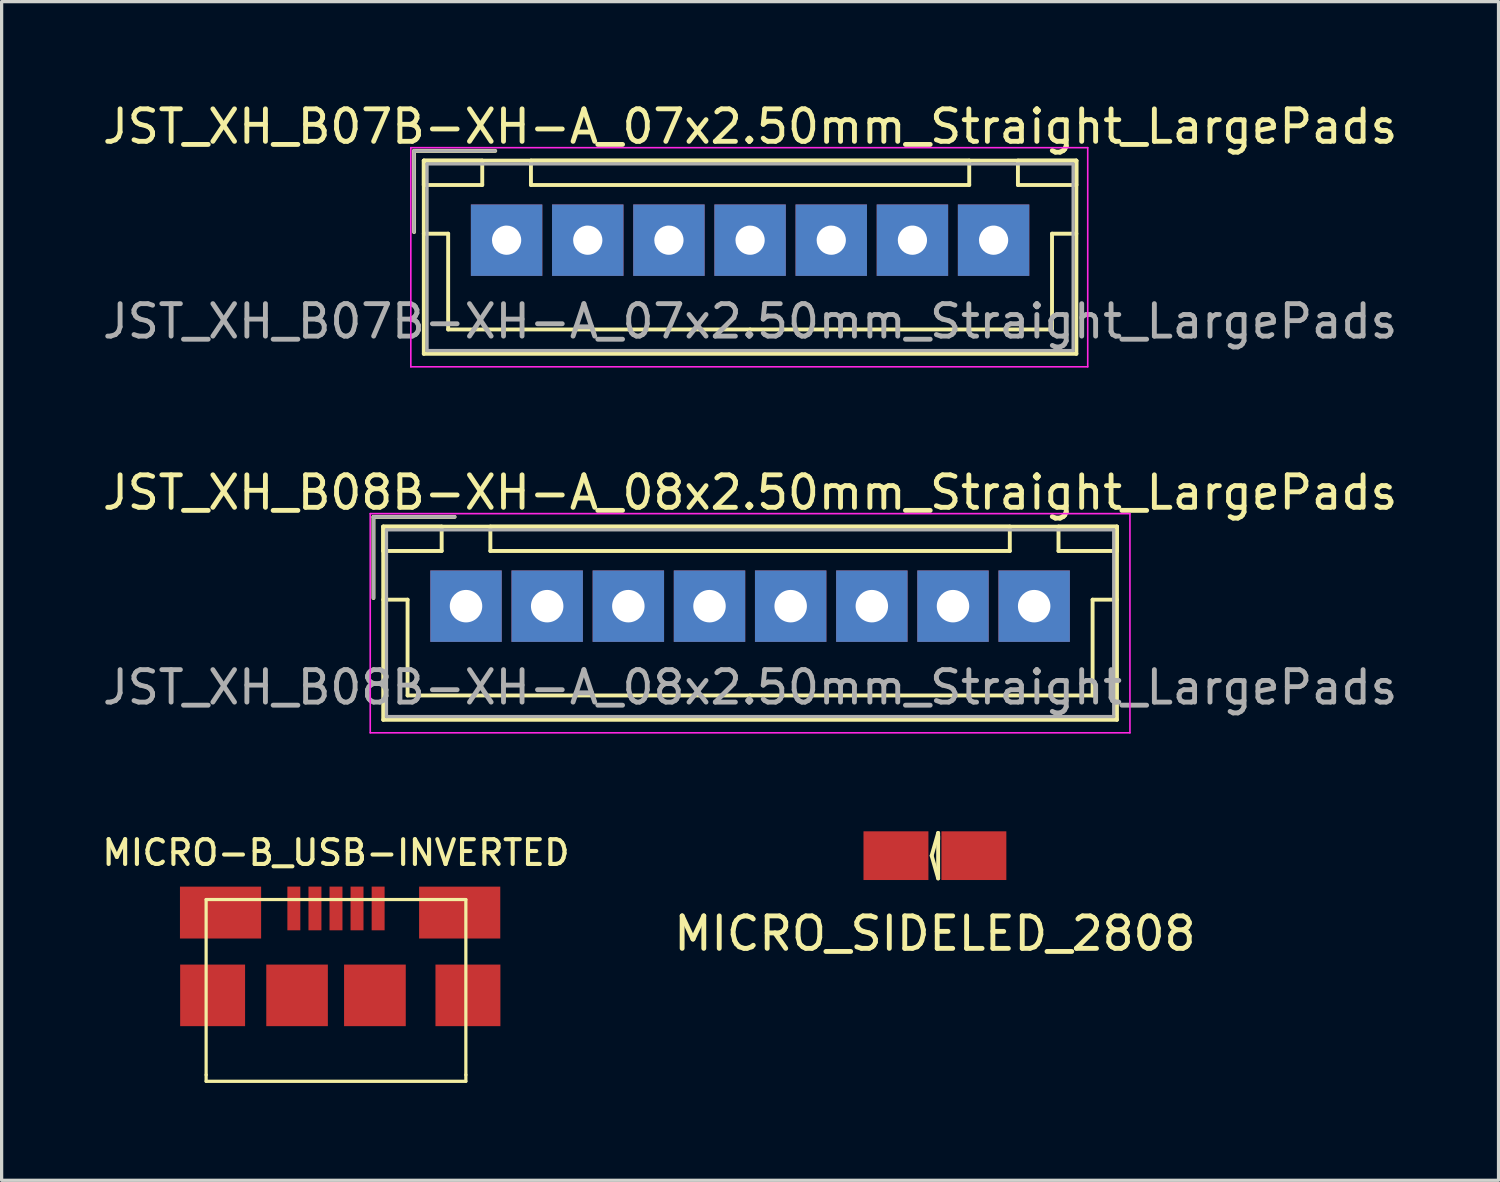
<source format=kicad_pcb>
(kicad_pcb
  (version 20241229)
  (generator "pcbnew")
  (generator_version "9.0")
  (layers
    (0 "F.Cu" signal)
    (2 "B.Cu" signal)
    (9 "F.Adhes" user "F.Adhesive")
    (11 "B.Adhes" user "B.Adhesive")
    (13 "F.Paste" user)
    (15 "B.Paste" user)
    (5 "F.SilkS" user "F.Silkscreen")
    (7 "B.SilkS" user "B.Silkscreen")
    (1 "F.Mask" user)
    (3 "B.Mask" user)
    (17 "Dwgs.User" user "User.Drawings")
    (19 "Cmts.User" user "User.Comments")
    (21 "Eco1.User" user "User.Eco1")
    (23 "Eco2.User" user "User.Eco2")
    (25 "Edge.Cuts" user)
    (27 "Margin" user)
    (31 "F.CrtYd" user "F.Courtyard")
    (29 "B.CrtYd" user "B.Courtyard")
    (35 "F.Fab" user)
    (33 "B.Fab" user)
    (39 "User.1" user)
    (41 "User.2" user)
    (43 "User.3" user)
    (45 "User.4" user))
  (footprint "MICRO-B_USB-INVERTED"
    (layer "F.Cu")
    (at 7.299 29.057)
    (property "Reference" "MICRO-B_USB-INVERTED" (at 0 -5.842 0) (layer "F.SilkS") (effects (font (size 0.762 0.762) (thickness 0.127))))
    (attr through_hole)
    (fp_line (start -4 -4.399) (end 4 -4.399) (stroke (width 0.099) (type solid)) (layer "F.SilkS"))
    (fp_line (start -4 1.001) (end -4 -4.399) (stroke (width 0.099) (type solid)) (layer "F.SilkS"))
    (fp_line (start -4 1.001) (end -4 1.199) (stroke (width 0.099) (type solid)) (layer "F.SilkS"))
    (fp_line (start 4 -4.399) (end 4 1.001) (stroke (width 0.099) (type solid)) (layer "F.SilkS"))
    (fp_line (start 4 1.001) (end 4 1.199) (stroke (width 0.099) (type solid)) (layer "F.SilkS"))
    (fp_line (start 4 1.199) (end -4 1.199) (stroke (width 0.099) (type solid)) (layer "F.SilkS"))
    (pad "" smd rect (at -3.8 -1.448) (size 2 1.897) (layers "F.Cu" "F.Mask" "F.Paste"))
    (pad "" smd rect (at -3.556 -3.998) (size 2.5 1.598) (layers "F.Cu" "F.Mask" "F.Paste"))
    (pad "" smd rect (at -1.199 -1.448) (size 1.897 1.897) (layers "F.Cu" "F.Mask" "F.Paste"))
    (pad "" smd rect (at 1.199 -1.448) (size 1.9 1.897) (layers "F.Cu" "F.Mask" "F.Paste"))
    (pad "" smd rect (at 3.81 -3.998) (size 2.5 1.598) (layers "F.Cu" "F.Mask" "F.Paste"))
    (pad "" smd rect (at 4.064 -1.448) (size 2 1.897) (layers "F.Cu" "F.Mask" "F.Paste"))
    (pad "1" smd rect (at 1.298 -4.125) (size 0.399 1.346) (layers "F.Cu" "F.Mask" "F.Paste"))
    (pad "2" smd rect (at 0.648 -4.125) (size 0.399 1.346) (layers "F.Cu" "F.Mask" "F.Paste"))
    (pad "3" smd rect (at 0 -4.125) (size 0.399 1.346) (layers "F.Cu" "F.Mask" "F.Paste"))
    (pad "4" smd rect (at -0.648 -4.125) (size 0.399 1.346) (layers "F.Cu" "F.Mask" "F.Paste"))
    (pad "5" smd rect (at -1.298 -4.125) (size 0.399 1.346) (layers "F.Cu" "F.Mask" "F.Paste")))
  (footprint "JST_XH_B08B-XH-A_08x2.50mm_Straight_LargePads"
    (layer "F.Cu")
    (at 11.304 15.621)
    (property "Reference" "JST_XH_B08B-XH-A_08x2.50mm_Straight_LargePads" (at 8.75 -3.5 0) (layer "F.SilkS") (effects (font (size 1 1) (thickness 0.15))))
    (attr through_hole)
    (fp_line (start -2.85 -2.75) (end -2.85 -0.25) (stroke (width 0.12) (type solid)) (layer "F.SilkS"))
    (fp_line (start -2.55 -2.45) (end -2.55 -1.7) (stroke (width 0.12) (type solid)) (layer "F.SilkS"))
    (fp_line (start -2.55 -2.45) (end -2.55 3.5) (stroke (width 0.12) (type solid)) (layer "F.SilkS"))
    (fp_line (start -2.55 -1.7) (end -0.75 -1.7) (stroke (width 0.12) (type solid)) (layer "F.SilkS"))
    (fp_line (start -2.55 -0.2) (end -1.8 -0.2) (stroke (width 0.12) (type solid)) (layer "F.SilkS"))
    (fp_line (start -2.55 3.5) (end 20.05 3.5) (stroke (width 0.12) (type solid)) (layer "F.SilkS"))
    (fp_line (start -1.8 -0.2) (end -1.8 2.75) (stroke (width 0.12) (type solid)) (layer "F.SilkS"))
    (fp_line (start -1.8 2.75) (end 8.75 2.75) (stroke (width 0.12) (type solid)) (layer "F.SilkS"))
    (fp_line (start -0.75 -2.45) (end -2.55 -2.45) (stroke (width 0.12) (type solid)) (layer "F.SilkS"))
    (fp_line (start -0.75 -1.7) (end -0.75 -2.45) (stroke (width 0.12) (type solid)) (layer "F.SilkS"))
    (fp_line (start -0.35 -2.75) (end -2.85 -2.75) (stroke (width 0.12) (type solid)) (layer "F.SilkS"))
    (fp_line (start 0.75 -2.45) (end 0.75 -1.7) (stroke (width 0.12) (type solid)) (layer "F.SilkS"))
    (fp_line (start 0.75 -1.7) (end 16.75 -1.7) (stroke (width 0.12) (type solid)) (layer "F.SilkS"))
    (fp_line (start 16.75 -2.45) (end 0.75 -2.45) (stroke (width 0.12) (type solid)) (layer "F.SilkS"))
    (fp_line (start 16.75 -1.7) (end 16.75 -2.45) (stroke (width 0.12) (type solid)) (layer "F.SilkS"))
    (fp_line (start 18.25 -2.45) (end 18.25 -1.7) (stroke (width 0.12) (type solid)) (layer "F.SilkS"))
    (fp_line (start 18.25 -1.7) (end 20.05 -1.7) (stroke (width 0.12) (type solid)) (layer "F.SilkS"))
    (fp_line (start 19.3 -0.2) (end 19.3 2.75) (stroke (width 0.12) (type solid)) (layer "F.SilkS"))
    (fp_line (start 19.3 2.75) (end 8.75 2.75) (stroke (width 0.12) (type solid)) (layer "F.SilkS"))
    (fp_line (start 20.05 -2.45) (end -2.55 -2.45) (stroke (width 0.12) (type solid)) (layer "F.SilkS"))
    (fp_line (start 20.05 -2.45) (end 18.25 -2.45) (stroke (width 0.12) (type solid)) (layer "F.SilkS"))
    (fp_line (start 20.05 -1.7) (end 20.05 -2.45) (stroke (width 0.12) (type solid)) (layer "F.SilkS"))
    (fp_line (start 20.05 -0.2) (end 19.3 -0.2) (stroke (width 0.12) (type solid)) (layer "F.SilkS"))
    (fp_line (start 20.05 3.5) (end 20.05 -2.45) (stroke (width 0.12) (type solid)) (layer "F.SilkS"))
    (fp_line (start -2.95 -2.85) (end -2.95 3.9) (stroke (width 0.05) (type solid)) (layer "F.CrtYd"))
    (fp_line (start -2.95 3.9) (end 20.45 3.9) (stroke (width 0.05) (type solid)) (layer "F.CrtYd"))
    (fp_line (start 20.45 -2.85) (end -2.95 -2.85) (stroke (width 0.05) (type solid)) (layer "F.CrtYd"))
    (fp_line (start 20.45 3.9) (end 20.45 -2.85) (stroke (width 0.05) (type solid)) (layer "F.CrtYd"))
    (fp_line (start -2.85 -2.75) (end -2.85 -0.25) (stroke (width 0.1) (type solid)) (layer "F.Fab"))
    (fp_line (start -2.45 -2.35) (end -2.45 3.4) (stroke (width 0.1) (type solid)) (layer "F.Fab"))
    (fp_line (start -2.45 3.4) (end 19.95 3.4) (stroke (width 0.1) (type solid)) (layer "F.Fab"))
    (fp_line (start -0.35 -2.75) (end -2.85 -2.75) (stroke (width 0.1) (type solid)) (layer "F.Fab"))
    (fp_line (start 19.95 -2.35) (end -2.45 -2.35) (stroke (width 0.1) (type solid)) (layer "F.Fab"))
    (fp_line (start 19.95 3.4) (end 19.95 -2.35) (stroke (width 0.1) (type solid)) (layer "F.Fab"))
    (fp_text user "${REFERENCE}" (at 8.75 2.5 0) (layer "F.Fab") (effects (font (size 1 1) (thickness 0.15))))
    (pad "1" thru_hole rect (at 0 0) (size 2.2 2.2) (drill 1) (layers "*.Cu" "*.Mask"))
    (pad "2" thru_hole rect (at 2.5 0) (size 2.2 2.2) (drill 1) (layers "*.Cu" "*.Mask"))
    (pad "3" thru_hole rect (at 5 0) (size 2.2 2.2) (drill 1) (layers "*.Cu" "*.Mask"))
    (pad "4" thru_hole rect (at 7.5 0) (size 2.2 2.2) (drill 1) (layers "*.Cu" "*.Mask"))
    (pad "5" thru_hole rect (at 10 0) (size 2.2 2.2) (drill 1) (layers "*.Cu" "*.Mask"))
    (pad "6" thru_hole rect (at 12.5 0) (size 2.2 2.2) (drill 1) (layers "*.Cu" "*.Mask"))
    (pad "7" thru_hole rect (at 15 0) (size 2.2 2.2) (drill 1) (layers "*.Cu" "*.Mask"))
    (pad "8" thru_hole rect (at 17.5 0) (size 2.2 2.2) (drill 1) (layers "*.Cu" "*.Mask")))
  (footprint "MICRO_SIDELED_2808"
    (layer "F.Cu")
    (at 25.747 23.306)
    (property "Reference" "MICRO_SIDELED_2808" (at 0 2.4 0) (layer "F.SilkS") (effects (font (size 1 1) (thickness 0.15))))
    (attr through_hole)
    (fp_line (start -0.1 0) (end 0.1 0.7) (stroke (width 0.12) (type solid)) (layer "F.SilkS"))
    (fp_line (start 0.1 -0.7) (end -0.1 0) (stroke (width 0.12) (type solid)) (layer "F.SilkS"))
    (fp_line (start 0.1 -0.7) (end 0.1 -0.5) (stroke (width 0.12) (type solid)) (layer "F.SilkS"))
    (fp_line (start 0.1 0.7) (end 0.1 -0.6) (stroke (width 0.12) (type solid)) (layer "F.SilkS"))
    (pad "1" smd rect (at -1.2 0) (size 2 1.5) (layers "F.Cu" "F.Mask" "F.Paste"))
    (pad "2" smd rect (at 1.2 0) (size 2 1.5) (layers "F.Cu" "F.Mask" "F.Paste")))
  (footprint "JST_XH_B07B-XH-A_07x2.50mm_Straight_LargePads"
    (layer "F.Cu")
    (at 12.554 4.348)
    (property "Reference" "JST_XH_B07B-XH-A_07x2.50mm_Straight_LargePads" (at 7.5 -3.5 0) (layer "F.SilkS") (effects (font (size 1 1) (thickness 0.15))))
    (attr through_hole)
    (fp_line (start -2.85 -2.75) (end -2.85 -0.25) (stroke (width 0.12) (type solid)) (layer "F.SilkS"))
    (fp_line (start -2.55 -2.45) (end -2.55 -1.7) (stroke (width 0.12) (type solid)) (layer "F.SilkS"))
    (fp_line (start -2.55 -2.45) (end -2.55 3.5) (stroke (width 0.12) (type solid)) (layer "F.SilkS"))
    (fp_line (start -2.55 -1.7) (end -0.75 -1.7) (stroke (width 0.12) (type solid)) (layer "F.SilkS"))
    (fp_line (start -2.55 -0.2) (end -1.8 -0.2) (stroke (width 0.12) (type solid)) (layer "F.SilkS"))
    (fp_line (start -2.55 3.5) (end 17.55 3.5) (stroke (width 0.12) (type solid)) (layer "F.SilkS"))
    (fp_line (start -1.8 -0.2) (end -1.8 2.75) (stroke (width 0.12) (type solid)) (layer "F.SilkS"))
    (fp_line (start -1.8 2.75) (end 7.5 2.75) (stroke (width 0.12) (type solid)) (layer "F.SilkS"))
    (fp_line (start -0.75 -2.45) (end -2.55 -2.45) (stroke (width 0.12) (type solid)) (layer "F.SilkS"))
    (fp_line (start -0.75 -1.7) (end -0.75 -2.45) (stroke (width 0.12) (type solid)) (layer "F.SilkS"))
    (fp_line (start -0.35 -2.75) (end -2.85 -2.75) (stroke (width 0.12) (type solid)) (layer "F.SilkS"))
    (fp_line (start 0.75 -2.45) (end 0.75 -1.7) (stroke (width 0.12) (type solid)) (layer "F.SilkS"))
    (fp_line (start 0.75 -1.7) (end 14.25 -1.7) (stroke (width 0.12) (type solid)) (layer "F.SilkS"))
    (fp_line (start 14.25 -2.45) (end 0.75 -2.45) (stroke (width 0.12) (type solid)) (layer "F.SilkS"))
    (fp_line (start 14.25 -1.7) (end 14.25 -2.45) (stroke (width 0.12) (type solid)) (layer "F.SilkS"))
    (fp_line (start 15.75 -2.45) (end 15.75 -1.7) (stroke (width 0.12) (type solid)) (layer "F.SilkS"))
    (fp_line (start 15.75 -1.7) (end 17.55 -1.7) (stroke (width 0.12) (type solid)) (layer "F.SilkS"))
    (fp_line (start 16.8 -0.2) (end 16.8 2.75) (stroke (width 0.12) (type solid)) (layer "F.SilkS"))
    (fp_line (start 16.8 2.75) (end 7.5 2.75) (stroke (width 0.12) (type solid)) (layer "F.SilkS"))
    (fp_line (start 17.55 -2.45) (end -2.55 -2.45) (stroke (width 0.12) (type solid)) (layer "F.SilkS"))
    (fp_line (start 17.55 -2.45) (end 15.75 -2.45) (stroke (width 0.12) (type solid)) (layer "F.SilkS"))
    (fp_line (start 17.55 -1.7) (end 17.55 -2.45) (stroke (width 0.12) (type solid)) (layer "F.SilkS"))
    (fp_line (start 17.55 -0.2) (end 16.8 -0.2) (stroke (width 0.12) (type solid)) (layer "F.SilkS"))
    (fp_line (start 17.55 3.5) (end 17.55 -2.45) (stroke (width 0.12) (type solid)) (layer "F.SilkS"))
    (fp_line (start -2.95 -2.85) (end -2.95 3.9) (stroke (width 0.05) (type solid)) (layer "F.CrtYd"))
    (fp_line (start -2.95 3.9) (end 17.9 3.9) (stroke (width 0.05) (type solid)) (layer "F.CrtYd"))
    (fp_line (start 17.9 -2.85) (end -2.95 -2.85) (stroke (width 0.05) (type solid)) (layer "F.CrtYd"))
    (fp_line (start 17.9 3.9) (end 17.9 -2.85) (stroke (width 0.05) (type solid)) (layer "F.CrtYd"))
    (fp_line (start -2.85 -2.75) (end -2.85 -0.25) (stroke (width 0.1) (type solid)) (layer "F.Fab"))
    (fp_line (start -2.45 -2.35) (end -2.45 3.4) (stroke (width 0.1) (type solid)) (layer "F.Fab"))
    (fp_line (start -2.45 3.4) (end 17.45 3.4) (stroke (width 0.1) (type solid)) (layer "F.Fab"))
    (fp_line (start -0.35 -2.75) (end -2.85 -2.75) (stroke (width 0.1) (type solid)) (layer "F.Fab"))
    (fp_line (start 17.45 -2.35) (end -2.45 -2.35) (stroke (width 0.1) (type solid)) (layer "F.Fab"))
    (fp_line (start 17.45 3.4) (end 17.45 -2.35) (stroke (width 0.1) (type solid)) (layer "F.Fab"))
    (fp_text user "${REFERENCE}" (at 7.5 2.5 0) (layer "F.Fab") (effects (font (size 1 1) (thickness 0.15))))
    (pad "1" thru_hole rect (at 0 0) (size 2.2 2.2) (drill 0.9) (layers "*.Cu" "*.Mask"))
    (pad "2" thru_hole rect (at 2.5 0) (size 2.2 2.2) (drill 0.9) (layers "*.Cu" "*.Mask"))
    (pad "3" thru_hole rect (at 5 0) (size 2.2 2.2) (drill 0.9) (layers "*.Cu" "*.Mask"))
    (pad "4" thru_hole rect (at 7.5 0) (size 2.2 2.2) (drill 0.9) (layers "*.Cu" "*.Mask"))
    (pad "5" thru_hole rect (at 10 0) (size 2.2 2.2) (drill 0.9) (layers "*.Cu" "*.Mask"))
    (pad "6" thru_hole rect (at 12.5 0) (size 2.2 2.2) (drill 0.9) (layers "*.Cu" "*.Mask"))
    (pad "7" thru_hole rect (at 15 0) (size 2.2 2.2) (drill 0.9) (layers "*.Cu" "*.Mask")))
  (gr_rect
    (start -3 -3)
    (end 43.107 33.306)
    (stroke (width 0.1) (type default))
    (fill no)
    (layer "Edge.Cuts")))
</source>
